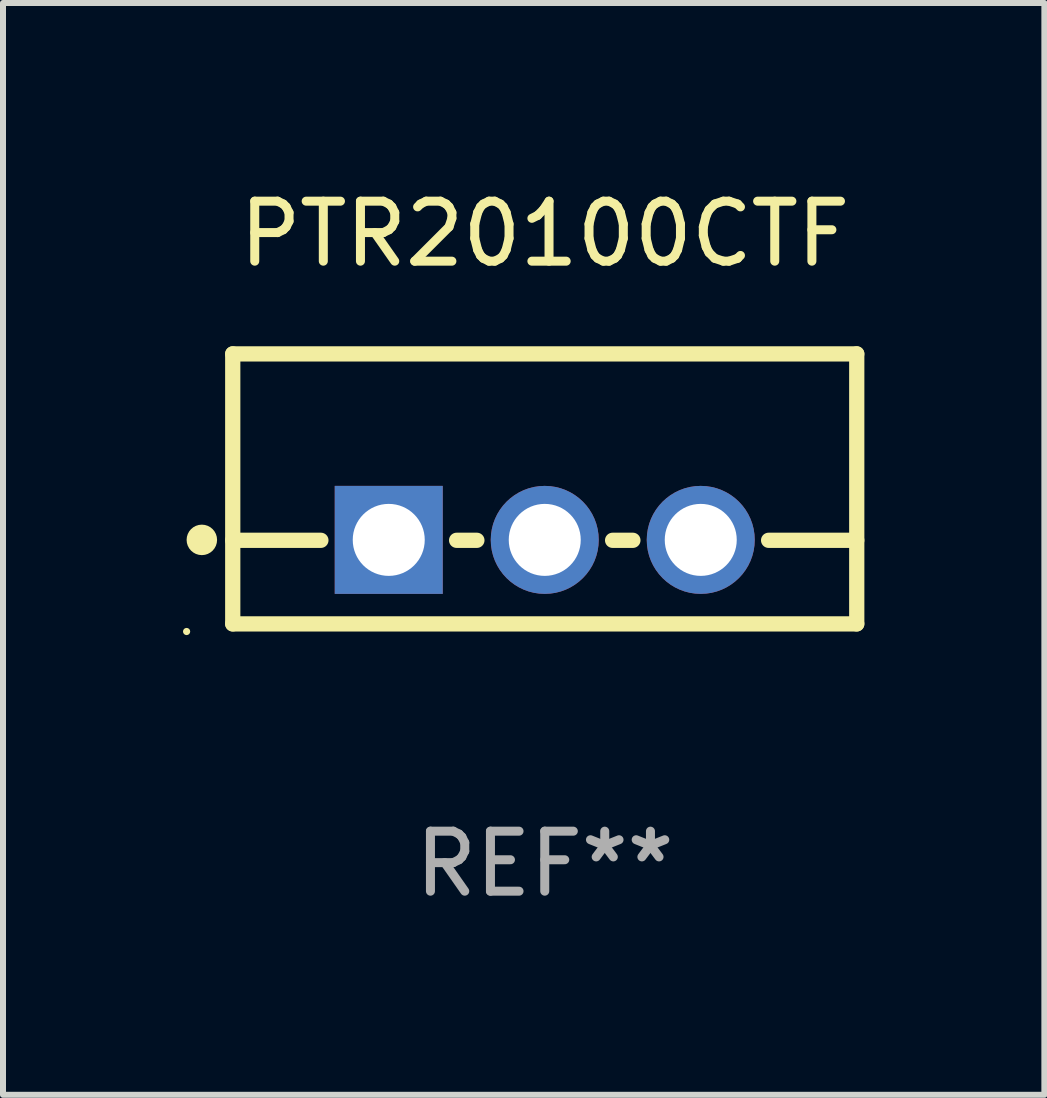
<source format=kicad_pcb>
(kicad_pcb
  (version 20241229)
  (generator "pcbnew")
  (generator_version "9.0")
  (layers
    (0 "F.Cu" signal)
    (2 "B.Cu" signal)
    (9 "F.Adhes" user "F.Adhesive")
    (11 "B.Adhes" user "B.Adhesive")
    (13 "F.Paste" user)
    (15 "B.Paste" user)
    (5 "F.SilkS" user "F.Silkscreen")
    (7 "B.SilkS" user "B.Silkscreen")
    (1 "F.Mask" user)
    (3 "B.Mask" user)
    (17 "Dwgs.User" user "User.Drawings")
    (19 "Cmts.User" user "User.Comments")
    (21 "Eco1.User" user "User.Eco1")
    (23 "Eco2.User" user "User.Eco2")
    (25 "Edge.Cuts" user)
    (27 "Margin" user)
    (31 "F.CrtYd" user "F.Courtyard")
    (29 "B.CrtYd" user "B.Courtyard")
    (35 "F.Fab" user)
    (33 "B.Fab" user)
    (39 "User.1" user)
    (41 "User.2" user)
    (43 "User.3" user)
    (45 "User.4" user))
  (footprint "PTR20100CTF"
    (layer "F.Cu")
    (at 6.029 5.098)
    (property "Reference" "PTR20100CTF" (at 0 -4.25 0) (layer "F.SilkS") (effects (font (size 1 1) (thickness 0.15))))
    (attr through_hole)
    (fp_line (start -5.2 -2.25) (end -5.2 2.25) (stroke (width 0.254) (type solid)) (layer "F.SilkS"))
    (fp_line (start -5.2 -2.25) (end 5.2 -2.25) (stroke (width 0.254) (type solid)) (layer "F.SilkS"))
    (fp_line (start -5.2 0.857) (end -3.731 0.857) (stroke (width 0.254) (type solid)) (layer "F.SilkS"))
    (fp_line (start -5.2 2.25) (end 5.2 2.25) (stroke (width 0.254) (type solid)) (layer "F.SilkS"))
    (fp_line (start -1.469 0.857) (end -1.131 0.857) (stroke (width 0.254) (type solid)) (layer "F.SilkS"))
    (fp_line (start 1.131 0.857) (end 1.469 0.857) (stroke (width 0.254) (type solid)) (layer "F.SilkS"))
    (fp_line (start 3.731 0.857) (end 5.2 0.857) (stroke (width 0.254) (type solid)) (layer "F.SilkS"))
    (fp_line (start 5.2 -2.25) (end 5.2 2.25) (stroke (width 0.254) (type solid)) (layer "F.SilkS"))
    (fp_circle (center -5.969 2.377) (end -5.939 2.377) (stroke (width 0.06) (type solid)) (fill no) (layer "F.SilkS"))
    (fp_circle (center -5.715 0.85) (end -5.588 0.85) (stroke (width 0.254) (type solid)) (fill no) (layer "F.SilkS"))
    (fp_text user "REF**" (at 0 6.25 0) (layer "F.Fab") (effects (font (size 1 1) (thickness 0.15))))
    (pad "1" thru_hole rect (at -2.6 0.85) (size 1.8 1.8) (drill 1.2) (layers "*.Cu" "*.Mask"))
    (pad "2" thru_hole circle (at 0 0.85) (size 1.8 1.8) (drill 1.2) (layers "*.Cu" "*.Mask"))
    (pad "3" thru_hole circle (at 2.6 0.85) (size 1.8 1.8) (drill 1.2) (layers "*.Cu" "*.Mask")))
  (gr_rect
    (start -3 -3)
    (end 14.356 15.197)
    (stroke (width 0.1) (type default))
    (fill no)
    (layer "Edge.Cuts")))
</source>
